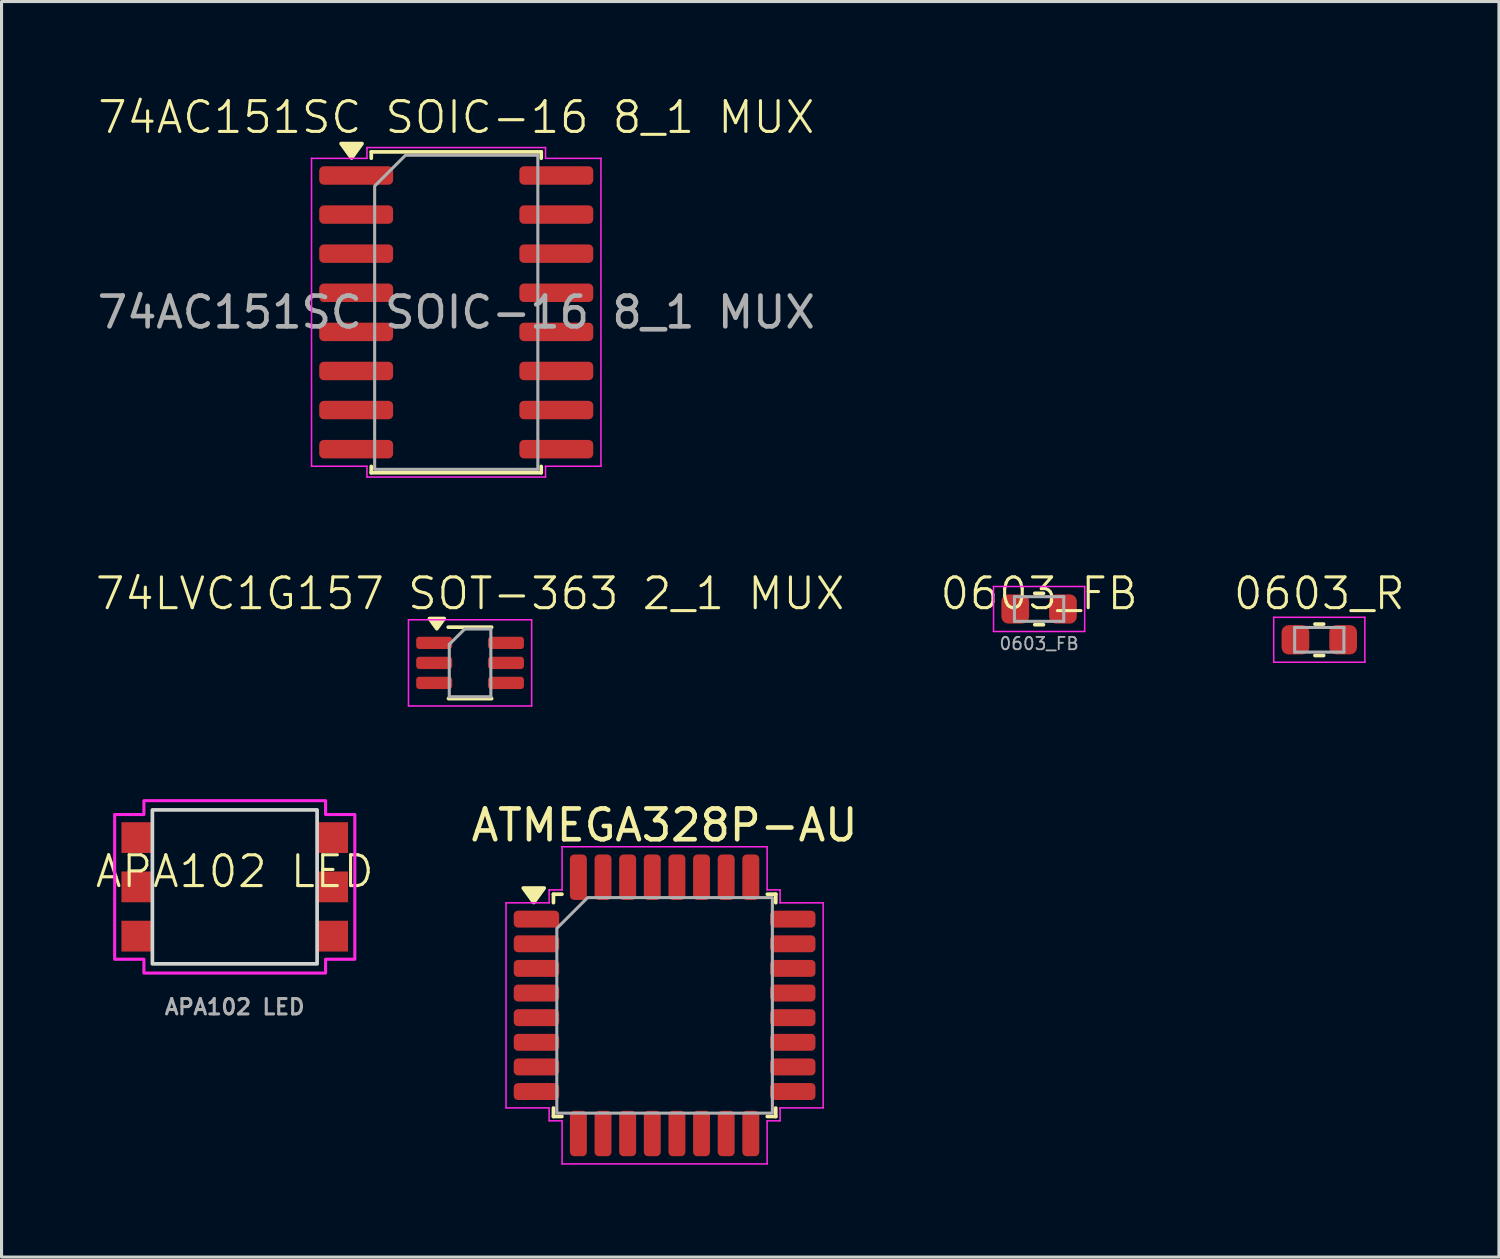
<source format=kicad_pcb>
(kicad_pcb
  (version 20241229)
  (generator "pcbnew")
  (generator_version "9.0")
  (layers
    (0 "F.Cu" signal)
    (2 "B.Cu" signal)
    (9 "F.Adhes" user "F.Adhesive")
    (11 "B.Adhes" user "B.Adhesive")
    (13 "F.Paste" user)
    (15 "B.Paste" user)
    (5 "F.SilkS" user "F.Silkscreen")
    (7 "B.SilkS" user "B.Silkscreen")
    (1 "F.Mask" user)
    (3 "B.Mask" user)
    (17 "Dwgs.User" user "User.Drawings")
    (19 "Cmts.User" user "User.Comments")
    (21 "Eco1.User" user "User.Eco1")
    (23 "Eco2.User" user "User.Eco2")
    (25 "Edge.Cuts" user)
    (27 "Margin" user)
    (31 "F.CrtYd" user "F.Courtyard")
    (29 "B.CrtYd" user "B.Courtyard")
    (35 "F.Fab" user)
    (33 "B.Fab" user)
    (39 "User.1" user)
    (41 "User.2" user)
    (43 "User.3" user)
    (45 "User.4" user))
  (footprint "0603_FB"
    (layer "F.Cu")
    (at 30.698 16.729)
    (property "Reference" "0603_FB" (at 0 -0.5 0) (unlocked yes) (layer "F.SilkS") (effects (font (size 1 1) (thickness 0.1))))
    (attr smd)
    (fp_line (start -0.141 -0.51) (end 0.141 -0.51) (stroke (width 0.12) (type solid)) (layer "F.SilkS"))
    (fp_line (start -0.141 0.51) (end 0.141 0.51) (stroke (width 0.12) (type solid)) (layer "F.SilkS"))
    (fp_line (start -1.48 -0.73) (end 1.48 -0.73) (stroke (width 0.05) (type solid)) (layer "F.CrtYd"))
    (fp_line (start -1.48 0.73) (end -1.48 -0.73) (stroke (width 0.05) (type solid)) (layer "F.CrtYd"))
    (fp_line (start 1.48 -0.73) (end 1.48 0.73) (stroke (width 0.05) (type solid)) (layer "F.CrtYd"))
    (fp_line (start 1.48 0.73) (end -1.48 0.73) (stroke (width 0.05) (type solid)) (layer "F.CrtYd"))
    (fp_line (start -0.8 -0.4) (end 0.8 -0.4) (stroke (width 0.1) (type solid)) (layer "F.Fab"))
    (fp_line (start -0.8 0.4) (end -0.8 -0.4) (stroke (width 0.1) (type solid)) (layer "F.Fab"))
    (fp_line (start 0.8 -0.4) (end 0.8 0.4) (stroke (width 0.1) (type solid)) (layer "F.Fab"))
    (fp_line (start 0.8 0.4) (end -0.8 0.4) (stroke (width 0.1) (type solid)) (layer "F.Fab"))
    (fp_text user "${REFERENCE}" (at 0 1.125 0) (layer "F.Fab") (effects (font (size 0.4 0.4) (thickness 0.06))))
    (pad "1" smd roundrect (at -0.775 0) (size 0.9 0.95) (layers "F.Cu" "F.Mask" "F.Paste") (roundrect_rratio 0.25))
    (pad "2" smd roundrect (at 0.775 0) (size 0.9 0.95) (layers "F.Cu" "F.Mask" "F.Paste") (roundrect_rratio 0.25)))
  (footprint "0603_R"
    (layer "F.Cu")
    (at 39.798 17.729)
    (property "Reference" "0603_R" (at 0 -1.5 0) (unlocked yes) (layer "F.SilkS") (effects (font (size 1 1) (thickness 0.1))))
    (attr smd)
    (fp_line (start -0.141 -0.51) (end 0.141 -0.51) (stroke (width 0.12) (type solid)) (layer "F.SilkS"))
    (fp_line (start -0.141 0.51) (end 0.141 0.51) (stroke (width 0.12) (type solid)) (layer "F.SilkS"))
    (fp_line (start -1.48 -0.73) (end 1.48 -0.73) (stroke (width 0.05) (type solid)) (layer "F.CrtYd"))
    (fp_line (start -1.48 0.73) (end -1.48 -0.73) (stroke (width 0.05) (type solid)) (layer "F.CrtYd"))
    (fp_line (start 1.48 -0.73) (end 1.48 0.73) (stroke (width 0.05) (type solid)) (layer "F.CrtYd"))
    (fp_line (start 1.48 0.73) (end -1.48 0.73) (stroke (width 0.05) (type solid)) (layer "F.CrtYd"))
    (fp_line (start -0.8 -0.4) (end 0.8 -0.4) (stroke (width 0.1) (type solid)) (layer "F.Fab"))
    (fp_line (start -0.8 0.4) (end -0.8 -0.4) (stroke (width 0.1) (type solid)) (layer "F.Fab"))
    (fp_line (start 0.8 -0.4) (end 0.8 0.4) (stroke (width 0.1) (type solid)) (layer "F.Fab"))
    (fp_line (start 0.8 0.4) (end -0.8 0.4) (stroke (width 0.1) (type solid)) (layer "F.Fab"))
    (pad "1" smd roundrect (at -0.775 0) (size 0.9 0.95) (layers "F.Cu" "F.Mask" "F.Paste") (roundrect_rratio 0.25))
    (pad "2" smd roundrect (at 0.775 0) (size 0.9 0.95) (layers "F.Cu" "F.Mask" "F.Paste") (roundrect_rratio 0.25)))
  (footprint "74LVC1G157 SOT-363 2_1 MUX"
    (layer "F.Cu")
    (at 12.217 18.479)
    (property "Reference" "74LVC1G157 SOT-363 2_1 MUX" (at 0 -2.25 0) (unlocked yes) (layer "F.SilkS") (effects (font (size 1 1) (thickness 0.1))))
    (attr smd)
    (fp_line (start -0.71 -1.16) (end 0.7 -1.16) (stroke (width 0.12) (type solid)) (layer "F.SilkS"))
    (fp_line (start -0.7 1.16) (end 0.7 1.16) (stroke (width 0.12) (type solid)) (layer "F.SilkS"))
    (fp_poly (pts (xy -1.08 -1.11) (xy -1.32 -1.44) (xy -0.84 -1.44) (xy -1.08 -1.11)) (stroke (width 0.12) (type solid)) (fill yes) (layer "F.SilkS"))
    (fp_line (start -2 -1.4) (end -2 1.4) (stroke (width 0.05) (type solid)) (layer "F.CrtYd"))
    (fp_line (start -2 -1.4) (end 2 -1.4) (stroke (width 0.05) (type solid)) (layer "F.CrtYd"))
    (fp_line (start -2 1.4) (end 2 1.4) (stroke (width 0.05) (type solid)) (layer "F.CrtYd"))
    (fp_line (start 2 1.4) (end 2 -1.4) (stroke (width 0.05) (type solid)) (layer "F.CrtYd"))
    (fp_line (start -0.675 -0.6) (end -0.675 1.1) (stroke (width 0.1) (type solid)) (layer "F.Fab"))
    (fp_line (start -0.175 -1.1) (end -0.675 -0.6) (stroke (width 0.1) (type solid)) (layer "F.Fab"))
    (fp_line (start 0.675 -1.1) (end -0.175 -1.1) (stroke (width 0.1) (type solid)) (layer "F.Fab"))
    (fp_line (start 0.675 -1.1) (end 0.675 1.1) (stroke (width 0.1) (type solid)) (layer "F.Fab"))
    (fp_line (start 0.675 1.1) (end -0.675 1.1) (stroke (width 0.1) (type solid)) (layer "F.Fab"))
    (pad "1" smd roundrect (at -1.165 -0.65) (size 1.17 0.4) (layers "F.Cu" "F.Mask" "F.Paste") (roundrect_rratio 0.25))
    (pad "2" smd roundrect (at -1.165 0.000001) (size 1.17 0.4) (layers "F.Cu" "F.Mask" "F.Paste") (roundrect_rratio 0.25))
    (pad "3" smd roundrect (at -1.165 0.65) (size 1.17 0.4) (layers "F.Cu" "F.Mask" "F.Paste") (roundrect_rratio 0.25))
    (pad "4" smd roundrect (at 1.165 0.65) (size 1.17 0.4) (layers "F.Cu" "F.Mask" "F.Paste") (roundrect_rratio 0.25))
    (pad "5" smd roundrect (at 1.165 0.000001) (size 1.17 0.4) (layers "F.Cu" "F.Mask" "F.Paste") (roundrect_rratio 0.25))
    (pad "6" smd roundrect (at 1.165 -0.65) (size 1.17 0.4) (layers "F.Cu" "F.Mask" "F.Paste") (roundrect_rratio 0.25)))
  (footprint "APA102 LED"
    (layer "F.Cu")
    (at 4.574 25.754)
    (property "Reference" "APA102 LED" (at 0 -0.5 0) (unlocked yes) (layer "F.SilkS") (effects (font (size 1 1) (thickness 0.1))))
    (attr smd)
    (fp_rect (start -2.675 -2.5) (end 2.675 2.5) (stroke (width 0.12) (type solid)) (fill no) (layer "Edge.Cuts"))
    (fp_poly (pts (xy 2.95 -2.8) (xy 2.95 -2.35) (xy 3.9 -2.35) (xy 3.9 2.35) (xy 2.95 2.35) (xy 2.95 2.8) (xy -2.95 2.8) (xy -2.95 2.35) (xy -3.9 2.35) (xy -3.9 -2.35) (xy -2.95 -2.35) (xy -2.95 -2.8)) (stroke (width 0.1) (type solid)) (fill no) (layer "F.CrtYd"))
    (fp_text user "${REFERENCE}" (at 0 3.9 0) (unlocked yes) (layer "F.Fab") (effects (font (size 0.5 0.5) (thickness 0.1) (bold yes))))
    (pad "1" smd rect (at 3.18 -1.6 180) (size 1 1) (layers "F.Cu" "F.Mask" "F.Paste"))
    (pad "2" smd rect (at 3.18 0 180) (size 1 1) (layers "F.Cu" "F.Mask" "F.Paste"))
    (pad "3" smd rect (at 3.18 1.6 180) (size 1 1) (layers "F.Cu" "F.Mask" "F.Paste"))
    (pad "4" smd rect (at -3.18 1.6 180) (size 1 1) (layers "F.Cu" "F.Mask" "F.Paste"))
    (pad "5" smd rect (at -3.18 0 180) (size 1 1) (layers "F.Cu" "F.Mask" "F.Paste"))
    (pad "6" smd rect (at -3.18 -1.6 180) (size 1 1) (layers "F.Cu" "F.Mask" "F.Paste")))
  (footprint "ATMEGA328P-AU"
    (layer "F.Cu")
    (at 18.535 29.602)
    (property "Reference" "ATMEGA328P-AU" (at 0 -5.85 0) (layer "F.SilkS") (effects (font (size 1 1) (thickness 0.15))))
    (attr smd)
    (fp_line (start -3.61 -3.61) (end -3.335 -3.61) (stroke (width 0.12) (type solid)) (layer "F.SilkS"))
    (fp_line (start -3.61 -3.335) (end -3.61 -3.61) (stroke (width 0.12) (type solid)) (layer "F.SilkS"))
    (fp_line (start -3.61 3.61) (end -3.61 3.335) (stroke (width 0.12) (type solid)) (layer "F.SilkS"))
    (fp_line (start -3.335 3.61) (end -3.61 3.61) (stroke (width 0.12) (type solid)) (layer "F.SilkS"))
    (fp_line (start 3.335 -3.61) (end 3.61 -3.61) (stroke (width 0.12) (type solid)) (layer "F.SilkS"))
    (fp_line (start 3.61 -3.61) (end 3.61 -3.335) (stroke (width 0.12) (type solid)) (layer "F.SilkS"))
    (fp_line (start 3.61 3.335) (end 3.61 3.61) (stroke (width 0.12) (type solid)) (layer "F.SilkS"))
    (fp_line (start 3.61 3.61) (end 3.335 3.61) (stroke (width 0.12) (type solid)) (layer "F.SilkS"))
    (fp_poly (pts (xy -4.25 -3.34) (xy -4.59 -3.81) (xy -3.91 -3.81)) (stroke (width 0.12) (type solid)) (fill yes) (layer "F.SilkS"))
    (fp_line (start -5.15 -3.33) (end -3.75 -3.33) (stroke (width 0.05) (type solid)) (layer "F.CrtYd"))
    (fp_line (start -5.15 3.33) (end -5.15 -3.33) (stroke (width 0.05) (type solid)) (layer "F.CrtYd"))
    (fp_line (start -3.75 -3.75) (end -3.33 -3.75) (stroke (width 0.05) (type solid)) (layer "F.CrtYd"))
    (fp_line (start -3.75 -3.33) (end -3.75 -3.75) (stroke (width 0.05) (type solid)) (layer "F.CrtYd"))
    (fp_line (start -3.75 3.33) (end -5.15 3.33) (stroke (width 0.05) (type solid)) (layer "F.CrtYd"))
    (fp_line (start -3.75 3.75) (end -3.75 3.33) (stroke (width 0.05) (type solid)) (layer "F.CrtYd"))
    (fp_line (start -3.33 -5.15) (end 3.33 -5.15) (stroke (width 0.05) (type solid)) (layer "F.CrtYd"))
    (fp_line (start -3.33 -3.75) (end -3.33 -5.15) (stroke (width 0.05) (type solid)) (layer "F.CrtYd"))
    (fp_line (start -3.33 3.75) (end -3.75 3.75) (stroke (width 0.05) (type solid)) (layer "F.CrtYd"))
    (fp_line (start -3.33 5.15) (end -3.33 3.75) (stroke (width 0.05) (type solid)) (layer "F.CrtYd"))
    (fp_line (start 3.33 -5.15) (end 3.33 -3.75) (stroke (width 0.05) (type solid)) (layer "F.CrtYd"))
    (fp_line (start 3.33 -3.75) (end 3.75 -3.75) (stroke (width 0.05) (type solid)) (layer "F.CrtYd"))
    (fp_line (start 3.33 3.75) (end 3.33 5.15) (stroke (width 0.05) (type solid)) (layer "F.CrtYd"))
    (fp_line (start 3.33 5.15) (end -3.33 5.15) (stroke (width 0.05) (type solid)) (layer "F.CrtYd"))
    (fp_line (start 3.75 -3.75) (end 3.75 -3.33) (stroke (width 0.05) (type solid)) (layer "F.CrtYd"))
    (fp_line (start 3.75 -3.33) (end 5.15 -3.33) (stroke (width 0.05) (type solid)) (layer "F.CrtYd"))
    (fp_line (start 3.75 3.33) (end 3.75 3.75) (stroke (width 0.05) (type solid)) (layer "F.CrtYd"))
    (fp_line (start 3.75 3.75) (end 3.33 3.75) (stroke (width 0.05) (type solid)) (layer "F.CrtYd"))
    (fp_line (start 5.15 -3.33) (end 5.15 3.33) (stroke (width 0.05) (type solid)) (layer "F.CrtYd"))
    (fp_line (start 5.15 3.33) (end 3.75 3.33) (stroke (width 0.05) (type solid)) (layer "F.CrtYd"))
    (fp_poly (pts (xy -3.5 -2.5) (xy -3.5 3.5) (xy 3.5 3.5) (xy 3.5 -3.5) (xy -2.5 -3.5)) (stroke (width 0.1) (type solid)) (fill no) (layer "F.Fab"))
    (pad "1" smd roundrect (at -4.162 -2.8) (size 1.475 0.55) (layers "F.Cu" "F.Mask" "F.Paste") (roundrect_rratio 0.25))
    (pad "2" smd roundrect (at -4.162 -2) (size 1.475 0.55) (layers "F.Cu" "F.Mask" "F.Paste") (roundrect_rratio 0.25))
    (pad "3" smd roundrect (at -4.162 -1.2) (size 1.475 0.55) (layers "F.Cu" "F.Mask" "F.Paste") (roundrect_rratio 0.25))
    (pad "4" smd roundrect (at -4.162 -0.4) (size 1.475 0.55) (layers "F.Cu" "F.Mask" "F.Paste") (roundrect_rratio 0.25))
    (pad "5" smd roundrect (at -4.162 0.4) (size 1.475 0.55) (layers "F.Cu" "F.Mask" "F.Paste") (roundrect_rratio 0.25))
    (pad "6" smd roundrect (at -4.162 1.2) (size 1.475 0.55) (layers "F.Cu" "F.Mask" "F.Paste") (roundrect_rratio 0.25))
    (pad "7" smd roundrect (at -4.162 2) (size 1.475 0.55) (layers "F.Cu" "F.Mask" "F.Paste") (roundrect_rratio 0.25))
    (pad "8" smd roundrect (at -4.162 2.8) (size 1.475 0.55) (layers "F.Cu" "F.Mask" "F.Paste") (roundrect_rratio 0.25))
    (pad "9" smd roundrect (at -2.8 4.162) (size 0.55 1.475) (layers "F.Cu" "F.Mask" "F.Paste") (roundrect_rratio 0.25))
    (pad "10" smd roundrect (at -2 4.162) (size 0.55 1.475) (layers "F.Cu" "F.Mask" "F.Paste") (roundrect_rratio 0.25))
    (pad "11" smd roundrect (at -1.2 4.162) (size 0.55 1.475) (layers "F.Cu" "F.Mask" "F.Paste") (roundrect_rratio 0.25))
    (pad "12" smd roundrect (at -0.4 4.162) (size 0.55 1.475) (layers "F.Cu" "F.Mask" "F.Paste") (roundrect_rratio 0.25))
    (pad "13" smd roundrect (at 0.4 4.162) (size 0.55 1.475) (layers "F.Cu" "F.Mask" "F.Paste") (roundrect_rratio 0.25))
    (pad "14" smd roundrect (at 1.2 4.162) (size 0.55 1.475) (layers "F.Cu" "F.Mask" "F.Paste") (roundrect_rratio 0.25))
    (pad "15" smd roundrect (at 2 4.162) (size 0.55 1.475) (layers "F.Cu" "F.Mask" "F.Paste") (roundrect_rratio 0.25))
    (pad "16" smd roundrect (at 2.8 4.162) (size 0.55 1.475) (layers "F.Cu" "F.Mask" "F.Paste") (roundrect_rratio 0.25))
    (pad "17" smd roundrect (at 4.162 2.8) (size 1.475 0.55) (layers "F.Cu" "F.Mask" "F.Paste") (roundrect_rratio 0.25))
    (pad "18" smd roundrect (at 4.162 2) (size 1.475 0.55) (layers "F.Cu" "F.Mask" "F.Paste") (roundrect_rratio 0.25))
    (pad "19" smd roundrect (at 4.162 1.2) (size 1.475 0.55) (layers "F.Cu" "F.Mask" "F.Paste") (roundrect_rratio 0.25))
    (pad "20" smd roundrect (at 4.162 0.4) (size 1.475 0.55) (layers "F.Cu" "F.Mask" "F.Paste") (roundrect_rratio 0.25))
    (pad "21" smd roundrect (at 4.162 -0.4) (size 1.475 0.55) (layers "F.Cu" "F.Mask" "F.Paste") (roundrect_rratio 0.25))
    (pad "22" smd roundrect (at 4.162 -1.2) (size 1.475 0.55) (layers "F.Cu" "F.Mask" "F.Paste") (roundrect_rratio 0.25))
    (pad "23" smd roundrect (at 4.162 -2) (size 1.475 0.55) (layers "F.Cu" "F.Mask" "F.Paste") (roundrect_rratio 0.25))
    (pad "24" smd roundrect (at 4.162 -2.8) (size 1.475 0.55) (layers "F.Cu" "F.Mask" "F.Paste") (roundrect_rratio 0.25))
    (pad "25" smd roundrect (at 2.8 -4.162) (size 0.55 1.475) (layers "F.Cu" "F.Mask" "F.Paste") (roundrect_rratio 0.25))
    (pad "26" smd roundrect (at 2 -4.162) (size 0.55 1.475) (layers "F.Cu" "F.Mask" "F.Paste") (roundrect_rratio 0.25))
    (pad "27" smd roundrect (at 1.2 -4.162) (size 0.55 1.475) (layers "F.Cu" "F.Mask" "F.Paste") (roundrect_rratio 0.25))
    (pad "28" smd roundrect (at 0.4 -4.162) (size 0.55 1.475) (layers "F.Cu" "F.Mask" "F.Paste") (roundrect_rratio 0.25))
    (pad "29" smd roundrect (at -0.4 -4.162) (size 0.55 1.475) (layers "F.Cu" "F.Mask" "F.Paste") (roundrect_rratio 0.25))
    (pad "30" smd roundrect (at -1.2 -4.162) (size 0.55 1.475) (layers "F.Cu" "F.Mask" "F.Paste") (roundrect_rratio 0.25))
    (pad "31" smd roundrect (at -2 -4.162) (size 0.55 1.475) (layers "F.Cu" "F.Mask" "F.Paste") (roundrect_rratio 0.25))
    (pad "32" smd roundrect (at -2.8 -4.162) (size 0.55 1.475) (layers "F.Cu" "F.Mask" "F.Paste") (roundrect_rratio 0.25)))
  (footprint "74AC151SC SOIC-16 8_1 MUX"
    (layer "F.Cu")
    (at 11.768 7.011)
    (property "Reference" "74AC151SC SOIC-16 8_1 MUX" (at 0 -6.25 0) (unlocked yes) (layer "F.SilkS") (effects (font (size 1 1) (thickness 0.1))))
    (attr smd)
    (fp_line (start -2.76 -5.128) (end 2.76 -5.128) (stroke (width 0.12) (type solid)) (layer "F.SilkS"))
    (fp_line (start -2.76 -4.923) (end -2.76 -5.128) (stroke (width 0.12) (type solid)) (layer "F.SilkS"))
    (fp_line (start -2.76 5.293) (end -2.76 5.088) (stroke (width 0.12) (type solid)) (layer "F.SilkS"))
    (fp_line (start 2.76 -5.128) (end 2.76 -4.923) (stroke (width 0.12) (type solid)) (layer "F.SilkS"))
    (fp_line (start 2.76 5.088) (end 2.76 5.293) (stroke (width 0.12) (type solid)) (layer "F.SilkS"))
    (fp_line (start 2.76 5.293) (end -2.76 5.293) (stroke (width 0.12) (type solid)) (layer "F.SilkS"))
    (fp_poly (pts (xy -3.4 -4.928) (xy -3.74 -5.397) (xy -3.06 -5.397)) (stroke (width 0.12) (type solid)) (fill yes) (layer "F.SilkS"))
    (fp_line (start -4.7 -4.918) (end -2.9 -4.918) (stroke (width 0.05) (type solid)) (layer "F.CrtYd"))
    (fp_line (start -4.7 5.082) (end -4.7 -4.918) (stroke (width 0.05) (type solid)) (layer "F.CrtYd"))
    (fp_line (start -2.9 -5.268) (end 2.9 -5.268) (stroke (width 0.05) (type solid)) (layer "F.CrtYd"))
    (fp_line (start -2.9 -4.918) (end -2.9 -5.268) (stroke (width 0.05) (type solid)) (layer "F.CrtYd"))
    (fp_line (start -2.9 5.082) (end -4.7 5.082) (stroke (width 0.05) (type solid)) (layer "F.CrtYd"))
    (fp_line (start -2.9 5.433) (end -2.9 5.082) (stroke (width 0.05) (type solid)) (layer "F.CrtYd"))
    (fp_line (start 2.9 -5.268) (end 2.9 -4.918) (stroke (width 0.05) (type solid)) (layer "F.CrtYd"))
    (fp_line (start 2.9 -4.918) (end 4.7 -4.918) (stroke (width 0.05) (type solid)) (layer "F.CrtYd"))
    (fp_line (start 2.9 5.082) (end 2.9 5.433) (stroke (width 0.05) (type solid)) (layer "F.CrtYd"))
    (fp_line (start 2.9 5.433) (end -2.9 5.433) (stroke (width 0.05) (type solid)) (layer "F.CrtYd"))
    (fp_line (start 4.7 -4.918) (end 4.7 5.082) (stroke (width 0.05) (type solid)) (layer "F.CrtYd"))
    (fp_line (start 4.7 5.082) (end 2.9 5.082) (stroke (width 0.05) (type solid)) (layer "F.CrtYd"))
    (fp_poly (pts (xy -2.65 -4.018) (xy -2.65 5.183) (xy 2.65 5.183) (xy 2.65 -5.018) (xy -1.65 -5.018)) (stroke (width 0.1) (type solid)) (fill no) (layer "F.Fab"))
    (fp_text user "${REFERENCE}" (at 0 0.083 0) (layer "F.Fab") (effects (font (size 1 1) (thickness 0.15))))
    (pad "1" smd roundrect (at -3.25 -4.362) (size 2.4 0.6) (layers "F.Cu" "F.Mask" "F.Paste") (roundrect_rratio 0.25))
    (pad "2" smd roundrect (at -3.25 -3.092) (size 2.4 0.6) (layers "F.Cu" "F.Mask" "F.Paste") (roundrect_rratio 0.25))
    (pad "3" smd roundrect (at -3.25 -1.823) (size 2.4 0.6) (layers "F.Cu" "F.Mask" "F.Paste") (roundrect_rratio 0.25))
    (pad "4" smd roundrect (at -3.25 -0.552) (size 2.4 0.6) (layers "F.Cu" "F.Mask" "F.Paste") (roundrect_rratio 0.25))
    (pad "5" smd roundrect (at -3.25 0.718) (size 2.4 0.6) (layers "F.Cu" "F.Mask" "F.Paste") (roundrect_rratio 0.25))
    (pad "6" smd roundrect (at -3.25 1.988) (size 2.4 0.6) (layers "F.Cu" "F.Mask" "F.Paste") (roundrect_rratio 0.25))
    (pad "7" smd roundrect (at -3.25 3.257) (size 2.4 0.6) (layers "F.Cu" "F.Mask" "F.Paste") (roundrect_rratio 0.25))
    (pad "8" smd roundrect (at -3.25 4.527) (size 2.4 0.6) (layers "F.Cu" "F.Mask" "F.Paste") (roundrect_rratio 0.25))
    (pad "9" smd roundrect (at 3.25 4.527) (size 2.4 0.6) (layers "F.Cu" "F.Mask" "F.Paste") (roundrect_rratio 0.25))
    (pad "10" smd roundrect (at 3.25 3.257) (size 2.4 0.6) (layers "F.Cu" "F.Mask" "F.Paste") (roundrect_rratio 0.25))
    (pad "11" smd roundrect (at 3.25 1.988) (size 2.4 0.6) (layers "F.Cu" "F.Mask" "F.Paste") (roundrect_rratio 0.25))
    (pad "12" smd roundrect (at 3.25 0.718) (size 2.4 0.6) (layers "F.Cu" "F.Mask" "F.Paste") (roundrect_rratio 0.25))
    (pad "13" smd roundrect (at 3.25 -0.552) (size 2.4 0.6) (layers "F.Cu" "F.Mask" "F.Paste") (roundrect_rratio 0.25))
    (pad "14" smd roundrect (at 3.25 -1.823) (size 2.4 0.6) (layers "F.Cu" "F.Mask" "F.Paste") (roundrect_rratio 0.25))
    (pad "15" smd roundrect (at 3.25 -3.092) (size 2.4 0.6) (layers "F.Cu" "F.Mask" "F.Paste") (roundrect_rratio 0.25))
    (pad "16" smd roundrect (at 3.25 -4.362) (size 2.4 0.6) (layers "F.Cu" "F.Mask" "F.Paste") (roundrect_rratio 0.25)))
  (gr_rect
    (start -3 -3)
    (end 45.633 37.777)
    (stroke (width 0.1) (type default))
    (fill no)
    (layer "Edge.Cuts")))
</source>
